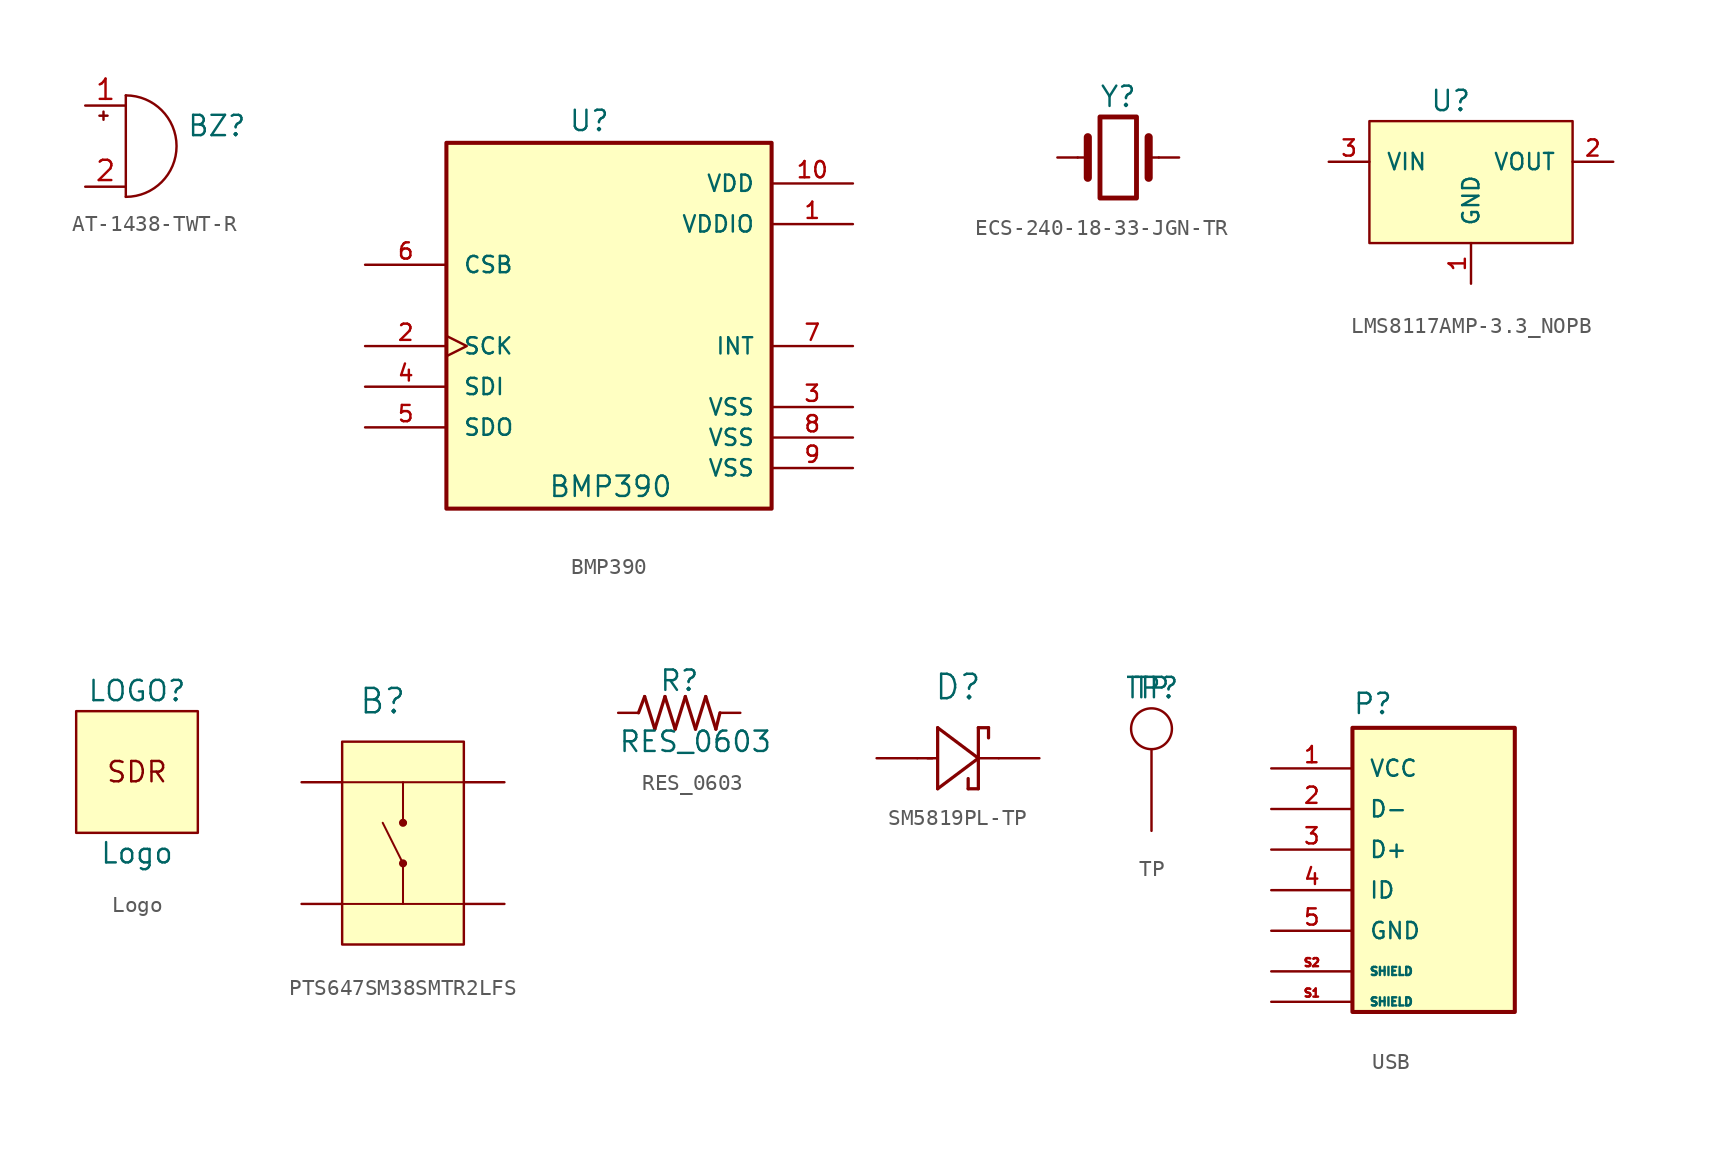
<source format=kicad_sym>
(kicad_symbol_lib
  (version 20211014)
  (generator kicad_symbol_editor)
  (symbol "AT-1438-TWT-R"
    (pin_names
      (offset 0.025) hide)
    (property "Reference" "BZ"
      (at 3.81 1.27 0)
      (effects (font (size 1.27 1.27)) (justify left)))
    (symbol "AT-1438-TWT-R_0_1"
      (arc (start 0 -3.175) (mid 3.175 0) (end 0 3.175) (stroke (width 0) (type default) (color 0 0 0 0)) (fill (type none)))
      (polyline (pts (xy -1.651 1.905) (xy -1.143 1.905)) (stroke (width 0) (type default) (color 0 0 0 0)) (fill (type none)))
      (polyline (pts (xy -1.397 2.159) (xy -1.397 1.651)) (stroke (width 0) (type default) (color 0 0 0 0)) (fill (type none)))
      (polyline (pts (xy 0 3.175) (xy 0 -3.175)) (stroke (width 0) (type default) (color 0 0 0 0)) (fill (type none))))
    (symbol "AT-1438-TWT-R_1_1"
      (pin passive line (at -2.54 2.54 0) (length 2.54) (name "-" (effects (font (size 1.27 1.27)))) (number "1" (effects (font (size 1.27 1.27)))))
      (pin passive line (at -2.54 -2.54 0) (length 2.54) (name "+" (effects (font (size 1.27 1.27)))) (number "2" (effects (font (size 1.27 1.27)))))))
  (symbol "BMP390"
    (pin_names
      (offset 1.016))
    (property "Reference" "U"
      (at -2.54 13.335 0)
      (effects (font (size 1.27 1.27)) (justify left bottom)))
    (property "Value" "BMP390"
      (at -3.81 -9.525 0)
      (effects (font (size 1.27 1.27)) (justify left bottom)))
    (symbol "BMP390_0_0"
      (rectangle (start -10.16 -10.16) (end 10.16 12.7) (stroke (width 0.254) (type default) (color 0 0 0 0)) (fill (type background)))
      (pin power_in line (at 15.24 7.62 180) (length 5.08) (name "VDDIO" (effects (font (size 1.016 1.016)))) (number "1" (effects (font (size 1.016 1.016)))))
      (pin power_in line (at 15.24 10.16 180) (length 5.08) (name "VDD" (effects (font (size 1.016 1.016)))) (number "10" (effects (font (size 1.016 1.016)))))
      (pin input clock (at -15.24 0 0) (length 5.08) (name "SCK" (effects (font (size 1.016 1.016)))) (number "2" (effects (font (size 1.016 1.016)))))
      (pin power_in line (at 15.24 -3.81 180) (length 5.08) (name "VSS" (effects (font (size 1.016 1.016)))) (number "3" (effects (font (size 1.016 1.016)))))
      (pin input line (at -15.24 -2.54 0) (length 5.08) (name "SDI" (effects (font (size 1.016 1.016)))) (number "4" (effects (font (size 1.016 1.016)))))
      (pin input line (at -15.24 -5.08 0) (length 5.08) (name "SDO" (effects (font (size 1.016 1.016)))) (number "5" (effects (font (size 1.016 1.016)))))
      (pin input line (at -15.24 5.08 0) (length 5.08) (name "CSB" (effects (font (size 1.016 1.016)))) (number "6" (effects (font (size 1.016 1.016)))))
      (pin output line (at 15.24 0 180) (length 5.08) (name "INT" (effects (font (size 1.016 1.016)))) (number "7" (effects (font (size 1.016 1.016)))))
      (pin power_in line (at 15.24 -5.715 180) (length 5.08) (name "VSS" (effects (font (size 1.016 1.016)))) (number "8" (effects (font (size 1.016 1.016)))))
      (pin power_in line (at 15.24 -7.62 180) (length 5.08) (name "VSS" (effects (font (size 1.016 1.016)))) (number "9" (effects (font (size 1.016 1.016)))))))
  (symbol "ECS-240-18-33-JGN-TR"
    (pin_numbers hide)
    (pin_names
      (offset 1.016) hide)
    (property "Reference" "Y"
      (at 0 3.81 0)
      (effects (font (size 1.27 1.27))))
    (symbol "ECS-240-18-33-JGN-TR_0_1"
      (rectangle (start -1.143 2.54) (end 1.143 -2.54) (stroke (width 0.305) (type default) (color 0 0 0 0)) (fill (type none)))
      (polyline (pts (xy -2.54 0) (xy -1.905 0)) (stroke (width 0) (type default) (color 0 0 0 0)) (fill (type none)))
      (polyline (pts (xy -1.905 -1.27) (xy -1.905 1.27)) (stroke (width 0.508) (type default) (color 0 0 0 0)) (fill (type none)))
      (polyline (pts (xy 1.905 -1.27) (xy 1.905 1.27)) (stroke (width 0.508) (type default) (color 0 0 0 0)) (fill (type none)))
      (polyline (pts (xy 2.54 0) (xy 1.905 0)) (stroke (width 0) (type default) (color 0 0 0 0)) (fill (type none))))
    (symbol "ECS-240-18-33-JGN-TR_1_1"
      (pin passive line (at -3.81 0 0) (length 1.27) (name "1" (effects (font (size 1.27 1.27)))) (number "1" (effects (font (size 1.27 1.27)))))
      (pin no_connect line (at -3.175 5.08 270) (length 2.54) hide (name "" (effects (font (size 1.27 1.27)))) (number "2" (effects (font (size 1.27 1.27)))))
      (pin passive line (at 3.81 0 180) (length 1.27) (name "3" (effects (font (size 1.27 1.27)))) (number "3" (effects (font (size 1.27 1.27)))))
      (pin no_connect line (at -6.35 5.08 270) (length 2.54) hide (name "" (effects (font (size 1.27 1.27)))) (number "4" (effects (font (size 1.27 1.27)))))))
  (symbol "LMS8117AMP-3.3_NOPB"
    (pin_names
      (offset 1.016))
    (property "Reference" "U"
      (at -1.27 5.08 0)
      (effects (font (size 1.27 1.27))))
    (symbol "LMS8117AMP-3.3_NOPB_0_1"
      (rectangle (start -6.35 3.81) (end 6.35 -3.81) (stroke (width 0) (type default) (color 0 0 0 0)) (fill (type background))))
    (symbol "LMS8117AMP-3.3_NOPB_1_1"
      (pin input line (at 0 -6.35 90) (length 2.54) (name "GND" (effects (font (size 1.016 1.016)))) (number "1" (effects (font (size 1.016 1.016)))))
      (pin power_out line (at 8.89 1.27 180) (length 2.54) (name "VOUT" (effects (font (size 1.016 1.016)))) (number "2" (effects (font (size 1.016 1.016)))))
      (pin input line (at -8.89 1.27 0) (length 2.54) (name "VIN" (effects (font (size 1.016 1.016)))) (number "3" (effects (font (size 1.016 1.016)))))))
  (symbol "Logo"
    (pin_names
      (offset 1.016))
    (property "Reference" "LOGO"
      (at 0 5.08 0)
      (effects (font (size 1.27 1.27))))
    (property "Value" "Logo"
      (at 0 -5.08 0)
      (effects (font (size 1.27 1.27))))
    (symbol "Logo_0_0"
      (text "SDR" (at 0 0 0) (effects (font (size 1.27 1.27)))))
    (symbol "Logo_0_1"
      (rectangle (start -3.81 3.81) (end 3.81 -3.81) (stroke (width 0) (type default) (color 0 0 0 0)) (fill (type background)))))
  (symbol "PTS647SM38SMTR2LFS"
    (pin_numbers hide)
    (pin_names
      (offset 0.254) hide)
    (property "Reference" "B"
      (at -1.27 8.89 0)
      (effects (font (size 1.524 1.524))))
    (symbol "PTS647SM38SMTR2LFS_0_1"
      (rectangle (start -3.81 6.35) (end 3.81 -6.35) (stroke (width 0.152) (type default) (color 0 0 0 0)) (fill (type background))))
    (symbol "PTS647SM38SMTR2LFS_1_1"
      (circle (center 0 -1.27) (radius 0.127) (stroke (width 0.254) (type default) (color 0 0 0 0)) (fill (type none)))
      (polyline (pts (xy -3.81 -3.81) (xy 3.81 -3.81)) (stroke (width 0.127) (type default) (color 0 0 0 0)) (fill (type none)))
      (polyline (pts (xy -3.81 3.81) (xy 3.81 3.81)) (stroke (width 0.127) (type default) (color 0 0 0 0)) (fill (type none)))
      (polyline (pts (xy 0 -1.27) (xy -1.27 1.27)) (stroke (width 0.127) (type default) (color 0 0 0 0)) (fill (type none)))
      (polyline (pts (xy 0 -1.27) (xy 0 -3.81)) (stroke (width 0.127) (type default) (color 0 0 0 0)) (fill (type none)))
      (polyline (pts (xy 0 3.81) (xy 0 1.27)) (stroke (width 0.127) (type default) (color 0 0 0 0)) (fill (type none)))
      (circle (center 0 1.27) (radius 0.127) (stroke (width 0.254) (type default) (color 0 0 0 0)) (fill (type none)))
      (arc (start 0.127 -1.27) (mid -0.127 -1.27) (end 0.127 -1.27) (stroke (width 0.254) (type default) (color 0 0 0 0)) (fill (type none)))
      (arc (start 0.127 1.27) (mid -0.127 1.27) (end 0.127 1.27) (stroke (width 0.254) (type default) (color 0 0 0 0)) (fill (type none)))
      (pin passive line (at -6.35 -3.81 0) (length 2.54) (name "1" (effects (font (size 1.499 1.499)))) (number "1" (effects (font (size 1.499 1.499)))))
      (pin passive line (at 6.35 3.81 180) (length 2.54) (name "2" (effects (font (size 1.499 1.499)))) (number "2" (effects (font (size 1.499 1.499)))))
      (pin passive line (at -6.35 3.81 0) (length 2.54) (name "3" (effects (font (size 1.499 1.499)))) (number "3" (effects (font (size 1.499 1.499)))))
      (pin passive line (at 6.35 -3.81 180) (length 2.54) (name "4" (effects (font (size 1.499 1.499)))) (number "4" (effects (font (size 1.499 1.499)))))))
  (symbol "RES_0603"
    (pin_numbers hide)
    (pin_names
      (offset 1.016) hide)
    (property "Reference" "R"
      (at -1.27 1.27 0)
      (effects (font (size 1.27 1.27)) (justify left bottom)))
    (property "Value" "RES_0603"
      (at -3.81 -2.54 0)
      (effects (font (size 1.27 1.27)) (justify left bottom)))
    (symbol "RES_0603_0_0"
      (polyline (pts (xy -2.54 0) (xy -2.159 1.016)) (stroke (width 0.203) (type default) (color 0 0 0 0)) (fill (type none)))
      (polyline (pts (xy -2.159 1.016) (xy -1.524 -1.016)) (stroke (width 0.203) (type default) (color 0 0 0 0)) (fill (type none)))
      (polyline (pts (xy -1.524 -1.016) (xy -0.889 1.016)) (stroke (width 0.203) (type default) (color 0 0 0 0)) (fill (type none)))
      (polyline (pts (xy -0.889 1.016) (xy -0.254 -1.016)) (stroke (width 0.203) (type default) (color 0 0 0 0)) (fill (type none)))
      (polyline (pts (xy -0.254 -1.016) (xy 0.381 1.016)) (stroke (width 0.203) (type default) (color 0 0 0 0)) (fill (type none)))
      (polyline (pts (xy 0.381 1.016) (xy 1.016 -1.016)) (stroke (width 0.203) (type default) (color 0 0 0 0)) (fill (type none)))
      (polyline (pts (xy 1.016 -1.016) (xy 1.651 1.016)) (stroke (width 0.203) (type default) (color 0 0 0 0)) (fill (type none)))
      (polyline (pts (xy 1.651 1.016) (xy 2.286 -1.016)) (stroke (width 0.203) (type default) (color 0 0 0 0)) (fill (type none)))
      (polyline (pts (xy 2.286 -1.016) (xy 2.54 0)) (stroke (width 0.203) (type default) (color 0 0 0 0)) (fill (type none)))
      (pin passive line (at -3.81 0 0) (length 1.27) (name "~" (effects (font (size 1.016 1.016)))) (number "1" (effects (font (size 1.016 1.016)))))
      (pin passive line (at 3.81 0 180) (length 1.27) (name "~" (effects (font (size 1.016 1.016)))) (number "2" (effects (font (size 1.016 1.016)))))))
  (symbol "SM5819PL-TP"
    (pin_numbers hide)
    (pin_names hide)
    (property "Reference" "D"
      (at 0 4.445 0)
      (effects (font (size 1.524 1.524))))
    (symbol "SM5819PL-TP_1_1"
      (polyline (pts (xy -2.54 0) (xy -1.6 0)) (stroke (width 0.152) (type default) (color 0 0 0 0)) (fill (type none)))
      (polyline (pts (xy -1.905 0) (xy -1.27 0)) (stroke (width 0.152) (type default) (color 0 0 0 0)) (fill (type none)))
      (polyline (pts (xy -1.27 -1.905) (xy 1.27 0)) (stroke (width 0.203) (type default) (color 0 0 0 0)) (fill (type none)))
      (polyline (pts (xy -1.27 1.905) (xy -1.27 -1.905)) (stroke (width 0.203) (type default) (color 0 0 0 0)) (fill (type none)))
      (polyline (pts (xy 0.635 -1.905) (xy 0.635 -1.27)) (stroke (width 0.203) (type default) (color 0 0 0 0)) (fill (type none)))
      (polyline (pts (xy 1.27 -1.905) (xy 0.635 -1.905)) (stroke (width 0.203) (type default) (color 0 0 0 0)) (fill (type none)))
      (polyline (pts (xy 1.27 -1.905) (xy 1.27 1.905)) (stroke (width 0.203) (type default) (color 0 0 0 0)) (fill (type none)))
      (polyline (pts (xy 1.27 0) (xy -1.27 1.905)) (stroke (width 0.203) (type default) (color 0 0 0 0)) (fill (type none)))
      (polyline (pts (xy 1.27 0) (xy 2.54 0)) (stroke (width 0.152) (type default) (color 0 0 0 0)) (fill (type none)))
      (polyline (pts (xy 1.27 1.905) (xy 1.905 1.905)) (stroke (width 0.203) (type default) (color 0 0 0 0)) (fill (type none)))
      (polyline (pts (xy 1.905 1.905) (xy 1.905 1.27)) (stroke (width 0.203) (type default) (color 0 0 0 0)) (fill (type none)))
      (pin passive line (at 5.08 0 180) (length 2.54) (name "~" (effects (font (size 1.499 1.499)))) (number "1" (effects (font (size 1.499 1.499)))))
      (pin passive line (at -5.08 0 0) (length 2.54) (name "~" (effects (font (size 1.499 1.499)))) (number "2" (effects (font (size 1.499 1.499)))))))
  (symbol "TP"
    (pin_numbers hide)
    (pin_names
      (offset 1.016) hide)
    (property "Reference" "TP"
      (at 0 8.89 0)
      (effects (font (size 1.27 1.27))))
    (property "Value" "TP"
      (at 0 8.89 0)
      (effects (font (size 1.27 1.27))))
    (symbol "TP_0_1"
      (circle (center 0 6.35) (radius 1.27) (stroke (width 0) (type default) (color 0 0 0 0)) (fill (type none))))
    (symbol "TP_1_1"
      (pin passive line (at 0 0 90) (length 5.08) (name "~" (effects (font (size 1.499 1.499)))) (number "1" (effects (font (size 1.499 1.499)))))))
  (symbol "USB"
    (pin_names
      (offset 1.016))
    (property "Reference" "P"
      (at -5.08 10.922 0)
      (effects (font (size 1.27 1.27)) (justify left bottom)))
    (symbol "USB_0_0"
      (rectangle (start -5.08 -7.62) (end 5.08 10.16) (stroke (width 0.254) (type default) (color 0 0 0 0)) (fill (type background)))
      (pin power_out line (at -10.16 7.62 0) (length 5.08) (name "VCC" (effects (font (size 1.016 1.016)))) (number "1" (effects (font (size 1.016 1.016)))))
      (pin bidirectional line (at -10.16 5.08 0) (length 5.08) (name "D-" (effects (font (size 1.016 1.016)))) (number "2" (effects (font (size 1.016 1.016)))))
      (pin bidirectional line (at -10.16 2.54 0) (length 5.08) (name "D+" (effects (font (size 1.016 1.016)))) (number "3" (effects (font (size 1.016 1.016)))))
      (pin power_out line (at -10.16 0 0) (length 5.08) (name "ID" (effects (font (size 1.016 1.016)))) (number "4" (effects (font (size 1.016 1.016)))))
      (pin power_out line (at -10.16 -2.54 0) (length 5.08) (name "GND" (effects (font (size 1.016 1.016)))) (number "5" (effects (font (size 1.016 1.016)))))
      (pin passive line (at -10.16 -6.985 0) (length 5.08) (name "SHIELD" (effects (font (size 0.508 0.508)))) (number "S1" (effects (font (size 0.508 0.508)))))
      (pin passive line (at -10.16 -5.08 0) (length 5.08) (name "SHIELD" (effects (font (size 0.508 0.508)))) (number "S2" (effects (font (size 0.508 0.508))))))))
</source>
